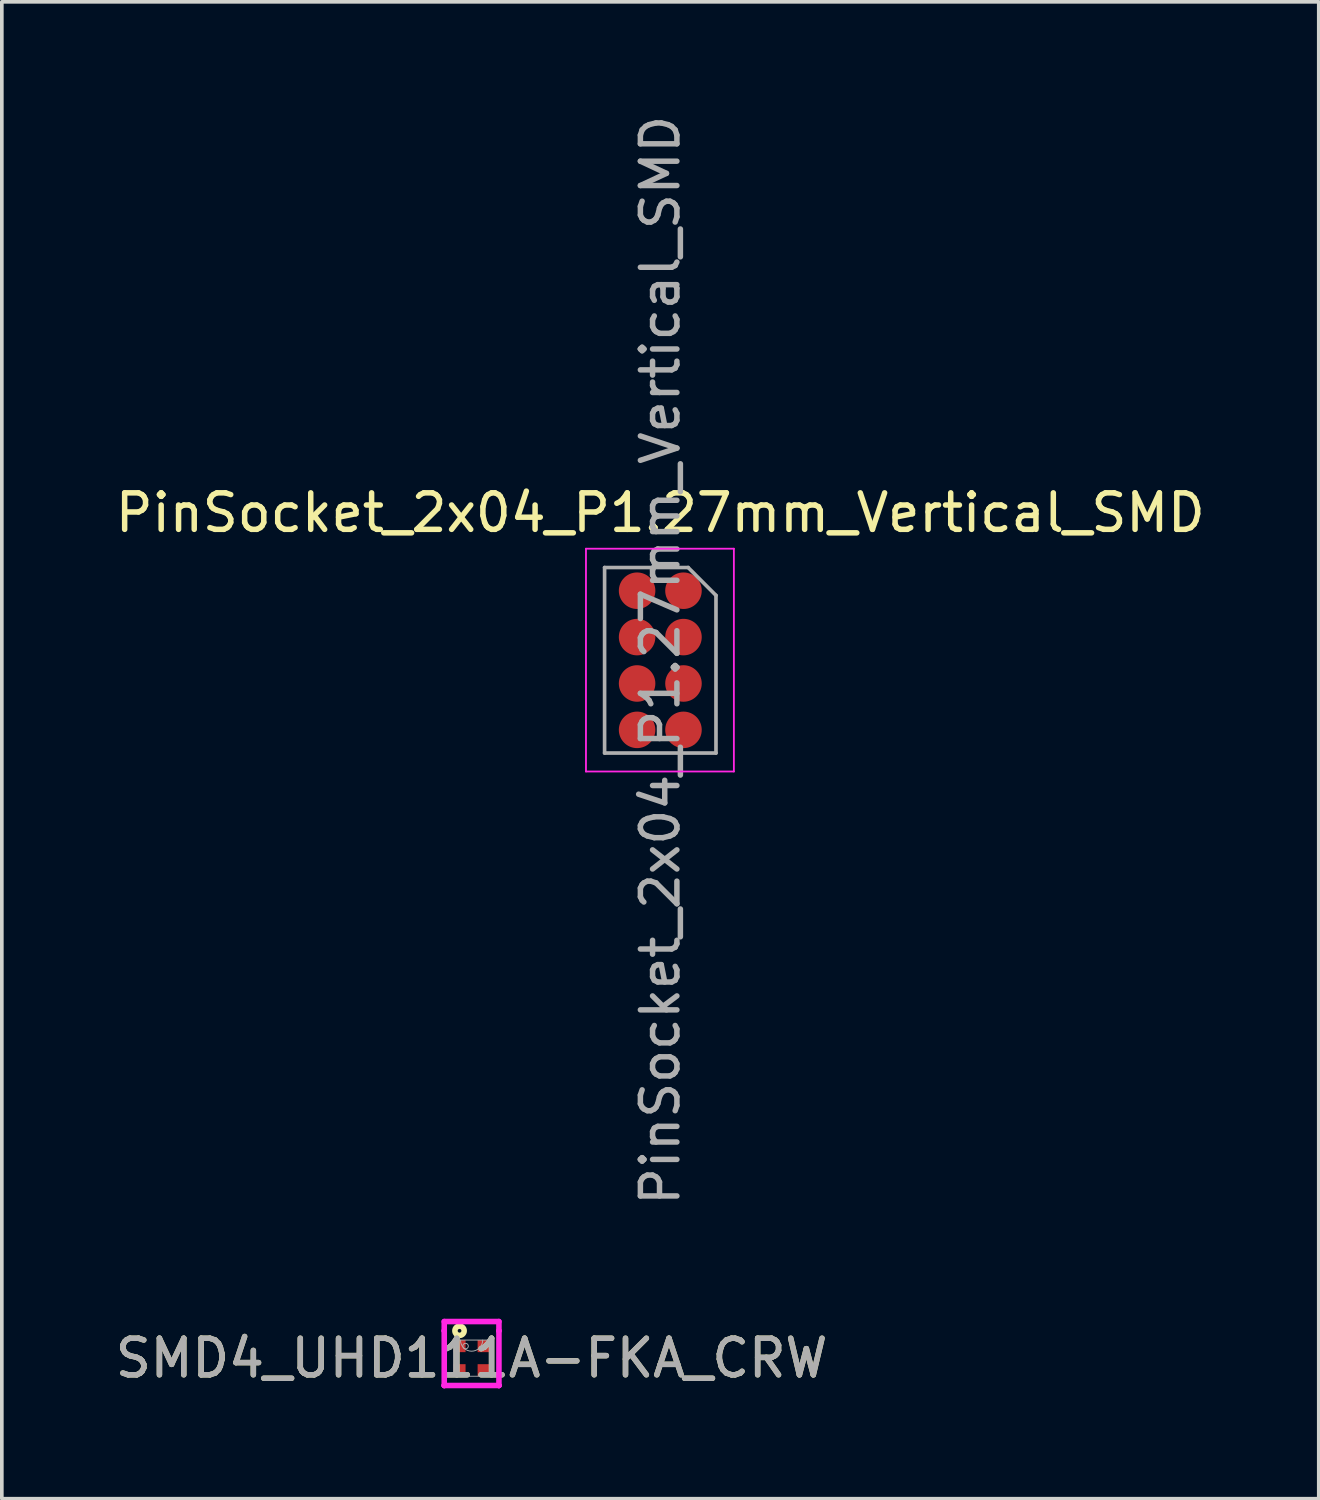
<source format=kicad_pcb>
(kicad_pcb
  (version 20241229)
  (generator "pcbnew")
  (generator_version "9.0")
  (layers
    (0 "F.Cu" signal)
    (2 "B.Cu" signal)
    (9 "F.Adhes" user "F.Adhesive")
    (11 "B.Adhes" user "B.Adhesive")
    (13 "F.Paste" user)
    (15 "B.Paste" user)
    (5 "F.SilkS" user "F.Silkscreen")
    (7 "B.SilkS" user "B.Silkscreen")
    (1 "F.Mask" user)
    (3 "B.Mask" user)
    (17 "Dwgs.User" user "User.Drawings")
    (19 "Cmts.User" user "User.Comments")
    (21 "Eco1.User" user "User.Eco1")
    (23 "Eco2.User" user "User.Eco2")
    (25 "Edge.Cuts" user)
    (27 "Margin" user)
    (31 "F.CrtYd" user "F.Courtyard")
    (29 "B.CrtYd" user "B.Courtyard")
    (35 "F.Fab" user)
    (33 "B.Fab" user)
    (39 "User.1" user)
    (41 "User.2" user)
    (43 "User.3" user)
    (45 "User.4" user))
  (footprint "PinSocket_2x04_P1.27mm_Vertical_SMD"
    (layer "F.Cu")
    (at 15.665 13.125)
    (property "Reference" "PinSocket_2x04_P1.27mm_Vertical_SMD" (at -0.635 -2.135 0) (layer "F.SilkS") (effects (font (size 1 1) (thickness 0.15))))
    (attr through_hole)
    (fp_line (start -2.67 -1.15) (end 1.38 -1.15) (stroke (width 0.05) (type solid)) (layer "F.CrtYd"))
    (fp_line (start -2.67 4.95) (end -2.67 -1.15) (stroke (width 0.05) (type solid)) (layer "F.CrtYd"))
    (fp_line (start 1.38 -1.15) (end 1.38 4.95) (stroke (width 0.05) (type solid)) (layer "F.CrtYd"))
    (fp_line (start 1.38 4.95) (end -2.67 4.95) (stroke (width 0.05) (type solid)) (layer "F.CrtYd"))
    (fp_line (start -2.16 -0.635) (end 0.128 -0.635) (stroke (width 0.1) (type solid)) (layer "F.Fab"))
    (fp_line (start -2.16 4.445) (end -2.16 -0.635) (stroke (width 0.1) (type solid)) (layer "F.Fab"))
    (fp_line (start 0.128 -0.635) (end 0.89 0.128) (stroke (width 0.1) (type solid)) (layer "F.Fab"))
    (fp_line (start 0.89 0.128) (end 0.89 4.445) (stroke (width 0.1) (type solid)) (layer "F.Fab"))
    (fp_line (start 0.89 4.445) (end -2.16 4.445) (stroke (width 0.1) (type solid)) (layer "F.Fab"))
    (fp_text user "${REFERENCE}" (at -0.635 1.905 90) (layer "F.Fab") (effects (font (size 1 1) (thickness 0.15))))
    (pad "1" smd oval (at 0 0) (size 1 1) (layers "F.Cu" "F.Mask" "F.Paste"))
    (pad "2" smd oval (at -1.27 0) (size 1 1) (layers "F.Cu" "F.Mask" "F.Paste"))
    (pad "3" smd oval (at 0 1.27) (size 1 1) (layers "F.Cu" "F.Mask" "F.Paste"))
    (pad "4" smd oval (at -1.27 1.27) (size 1 1) (layers "F.Cu" "F.Mask" "F.Paste"))
    (pad "5" smd oval (at 0 2.54) (size 1 1) (layers "F.Cu" "F.Mask" "F.Paste"))
    (pad "6" smd oval (at -1.27 2.54) (size 1 1) (layers "F.Cu" "F.Mask" "F.Paste"))
    (pad "7" smd oval (at 0 3.81) (size 1 1) (layers "F.Cu" "F.Mask" "F.Paste"))
    (pad "8" smd oval (at -1.27 3.81) (size 1 1) (layers "F.Cu" "F.Mask" "F.Paste")))
  (footprint "SMD4_UHD111A-FKA_CRW"
    (layer "F.Cu")
    (at 9.863 34.139)
    (property "Reference" "SMD4_UHD111A-FKA_CRW" (at 0 0 0) (unlocked yes) (layer "F.SilkS") (effects (font (size 1 1) (thickness 0.15))))
    (attr smd)
    (fp_circle (center -0.33 -0.75) (end -0.203 -0.75) (stroke (width 0.152) (type solid)) (fill no) (layer "F.SilkS"))
    (fp_line (start -0.749 -1.003) (end 0.749 -1.003) (stroke (width 0.152) (type solid)) (layer "F.CrtYd"))
    (fp_line (start -0.749 -0.749) (end -0.749 -1.003) (stroke (width 0.152) (type solid)) (layer "F.CrtYd"))
    (fp_line (start -0.749 -0.749) (end -0.749 -0.749) (stroke (width 0.152) (type solid)) (layer "F.CrtYd"))
    (fp_line (start -0.749 0.749) (end -0.749 -0.749) (stroke (width 0.152) (type solid)) (layer "F.CrtYd"))
    (fp_line (start -0.749 0.749) (end -0.749 0.749) (stroke (width 0.152) (type solid)) (layer "F.CrtYd"))
    (fp_line (start -0.749 0.749) (end -0.749 0.749) (stroke (width 0.152) (type solid)) (layer "F.CrtYd"))
    (fp_line (start 0.749 -1.003) (end 0.749 -0.749) (stroke (width 0.152) (type solid)) (layer "F.CrtYd"))
    (fp_line (start 0.749 -0.749) (end 0.749 -0.749) (stroke (width 0.152) (type solid)) (layer "F.CrtYd"))
    (fp_line (start 0.749 -0.749) (end 0.749 0.749) (stroke (width 0.152) (type solid)) (layer "F.CrtYd"))
    (fp_line (start 0.749 0.749) (end 0.749 0.749) (stroke (width 0.152) (type solid)) (layer "F.CrtYd"))
    (fp_line (start 0.749 0.749) (end 0.749 0.749) (stroke (width 0.152) (type solid)) (layer "F.CrtYd"))
    (fp_line (start 0.749 0.749) (end -0.749 0.749) (stroke (width 0.152) (type solid)) (layer "F.CrtYd"))
    (fp_line (start -0.495 -0.495) (end -0.495 0.495) (stroke (width 0.025) (type solid)) (layer "F.Fab"))
    (fp_line (start -0.495 0.495) (end 0.495 0.495) (stroke (width 0.025) (type solid)) (layer "F.Fab"))
    (fp_line (start 0.495 -0.495) (end -0.495 -0.495) (stroke (width 0.025) (type solid)) (layer "F.Fab"))
    (fp_line (start 0.495 0.495) (end 0.495 -0.495) (stroke (width 0.025) (type solid)) (layer "F.Fab"))
    (fp_arc (start 0.3048 -0.4953) (mid 0 -0.1905) (end -0.3048 -0.4953) (stroke (width 0.0254) (type solid)) (layer "F.Fab"))
    (fp_circle (center -0.165 -0.33) (end -0.089 -0.33) (stroke (width 0.025) (type solid)) (fill no) (layer "F.Fab"))
    (fp_text user "${REFERENCE}" (at 0 0 0) (unlocked yes) (layer "F.Fab") (effects (font (size 1 1) (thickness 0.15))))
    (pad "1" smd rect (at -0.33 -0.33) (size 0.33 0.33) (layers "F.Cu" "F.Mask" "F.Paste"))
    (pad "2" smd rect (at -0.33 0.33) (size 0.33 0.33) (layers "F.Cu" "F.Mask" "F.Paste"))
    (pad "3" smd rect (at 0.33 0.33) (size 0.33 0.33) (layers "F.Cu" "F.Mask" "F.Paste"))
    (pad "4" smd rect (at 0.33 -0.33) (size 0.33 0.33) (layers "F.Cu" "F.Mask" "F.Paste")))
  (gr_rect
    (start -3 -3)
    (end 33.06 37.987)
    (stroke (width 0.1) (type default))
    (fill no)
    (layer "Edge.Cuts")))
</source>
